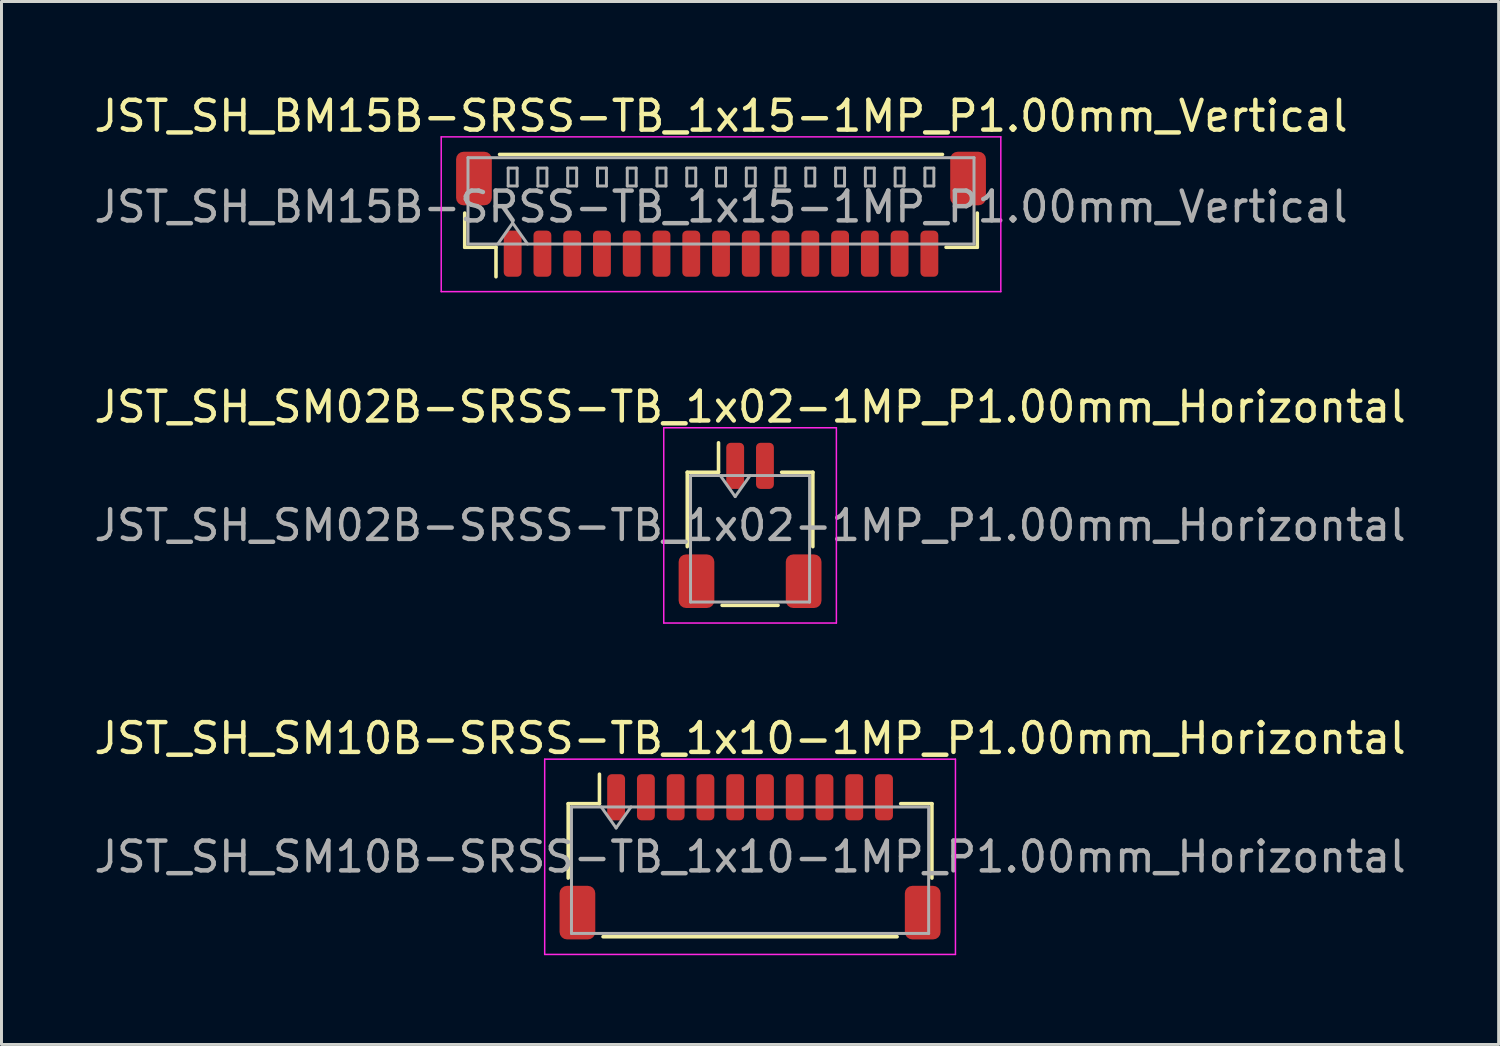
<source format=kicad_pcb>
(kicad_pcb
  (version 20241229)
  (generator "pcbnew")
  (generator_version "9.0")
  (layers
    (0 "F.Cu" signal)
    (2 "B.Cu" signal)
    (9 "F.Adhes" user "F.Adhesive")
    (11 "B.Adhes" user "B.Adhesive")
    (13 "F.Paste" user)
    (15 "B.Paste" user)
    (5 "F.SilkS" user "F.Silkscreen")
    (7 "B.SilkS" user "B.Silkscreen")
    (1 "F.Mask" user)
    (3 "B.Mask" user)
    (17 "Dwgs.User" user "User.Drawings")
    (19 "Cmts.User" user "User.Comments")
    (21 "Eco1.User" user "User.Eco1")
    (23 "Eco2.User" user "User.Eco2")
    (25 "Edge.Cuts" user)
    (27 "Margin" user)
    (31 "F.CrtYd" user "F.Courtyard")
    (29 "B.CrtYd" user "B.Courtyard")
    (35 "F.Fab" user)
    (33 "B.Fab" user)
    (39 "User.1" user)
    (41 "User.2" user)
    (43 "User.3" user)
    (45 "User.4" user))
  (footprint "JST_SH_SM10B-SRSS-TB_1x10-1MP_P1.00mm_Horizontal"
    (layer "F.Cu")
    (at 22.149 25.735)
    (property "Reference" "JST_SH_SM10B-SRSS-TB_1x10-1MP_P1.00mm_Horizontal" (at 0 -3.98 0) (layer "F.SilkS") (effects (font (size 1 1) (thickness 0.15))))
    (attr smd)
    (fp_line (start -6.11 -1.785) (end -5.06 -1.785) (stroke (width 0.12) (type solid)) (layer "F.SilkS"))
    (fp_line (start -6.11 0.715) (end -6.11 -1.785) (stroke (width 0.12) (type solid)) (layer "F.SilkS"))
    (fp_line (start -5.06 -1.785) (end -5.06 -2.775) (stroke (width 0.12) (type solid)) (layer "F.SilkS"))
    (fp_line (start -4.94 2.685) (end 4.94 2.685) (stroke (width 0.12) (type solid)) (layer "F.SilkS"))
    (fp_line (start 6.11 -1.785) (end 5.06 -1.785) (stroke (width 0.12) (type solid)) (layer "F.SilkS"))
    (fp_line (start 6.11 0.715) (end 6.11 -1.785) (stroke (width 0.12) (type solid)) (layer "F.SilkS"))
    (fp_line (start -6.9 -3.28) (end -6.9 3.28) (stroke (width 0.05) (type solid)) (layer "F.CrtYd"))
    (fp_line (start -6.9 3.28) (end 6.9 3.28) (stroke (width 0.05) (type solid)) (layer "F.CrtYd"))
    (fp_line (start 6.9 -3.28) (end -6.9 -3.28) (stroke (width 0.05) (type solid)) (layer "F.CrtYd"))
    (fp_line (start 6.9 3.28) (end 6.9 -3.28) (stroke (width 0.05) (type solid)) (layer "F.CrtYd"))
    (fp_line (start -6 -1.675) (end -6 2.575) (stroke (width 0.1) (type solid)) (layer "F.Fab"))
    (fp_line (start -6 -1.675) (end 6 -1.675) (stroke (width 0.1) (type solid)) (layer "F.Fab"))
    (fp_line (start -6 2.575) (end 6 2.575) (stroke (width 0.1) (type solid)) (layer "F.Fab"))
    (fp_line (start -5 -1.675) (end -4.5 -0.968) (stroke (width 0.1) (type solid)) (layer "F.Fab"))
    (fp_line (start -4.5 -0.968) (end -4 -1.675) (stroke (width 0.1) (type solid)) (layer "F.Fab"))
    (fp_line (start 6 -1.675) (end 6 2.575) (stroke (width 0.1) (type solid)) (layer "F.Fab"))
    (fp_text user "${REFERENCE}" (at 0 0 0) (layer "F.Fab") (effects (font (size 1 1) (thickness 0.15))))
    (pad "1" smd roundrect (at -4.5 -2) (size 0.6 1.55) (layers "F.Cu" "F.Mask" "F.Paste") (roundrect_rratio 0.25))
    (pad "2" smd roundrect (at -3.5 -2) (size 0.6 1.55) (layers "F.Cu" "F.Mask" "F.Paste") (roundrect_rratio 0.25))
    (pad "3" smd roundrect (at -2.5 -2) (size 0.6 1.55) (layers "F.Cu" "F.Mask" "F.Paste") (roundrect_rratio 0.25))
    (pad "4" smd roundrect (at -1.5 -2) (size 0.6 1.55) (layers "F.Cu" "F.Mask" "F.Paste") (roundrect_rratio 0.25))
    (pad "5" smd roundrect (at -0.5 -2) (size 0.6 1.55) (layers "F.Cu" "F.Mask" "F.Paste") (roundrect_rratio 0.25))
    (pad "6" smd roundrect (at 0.5 -2) (size 0.6 1.55) (layers "F.Cu" "F.Mask" "F.Paste") (roundrect_rratio 0.25))
    (pad "7" smd roundrect (at 1.5 -2) (size 0.6 1.55) (layers "F.Cu" "F.Mask" "F.Paste") (roundrect_rratio 0.25))
    (pad "8" smd roundrect (at 2.5 -2) (size 0.6 1.55) (layers "F.Cu" "F.Mask" "F.Paste") (roundrect_rratio 0.25))
    (pad "9" smd roundrect (at 3.5 -2) (size 0.6 1.55) (layers "F.Cu" "F.Mask" "F.Paste") (roundrect_rratio 0.25))
    (pad "10" smd roundrect (at 4.5 -2) (size 0.6 1.55) (layers "F.Cu" "F.Mask" "F.Paste") (roundrect_rratio 0.25))
    (pad "MP" smd roundrect (at -5.8 1.875) (size 1.2 1.8) (layers "F.Cu" "F.Mask" "F.Paste") (roundrect_rratio 0.208))
    (pad "MP" smd roundrect (at 5.8 1.875) (size 1.2 1.8) (layers "F.Cu" "F.Mask" "F.Paste") (roundrect_rratio 0.208)))
  (footprint "JST_SH_BM15B-SRSS-TB_1x15-1MP_P1.00mm_Vertical"
    (layer "F.Cu")
    (at 21.173 4.148)
    (property "Reference" "JST_SH_BM15B-SRSS-TB_1x15-1MP_P1.00mm_Vertical" (at 0 -3.3 0) (layer "F.SilkS") (effects (font (size 1 1) (thickness 0.15))))
    (attr smd)
    (fp_line (start -8.61 -0.04) (end -8.61 1.11) (stroke (width 0.12) (type solid)) (layer "F.SilkS"))
    (fp_line (start -8.61 1.11) (end -7.56 1.11) (stroke (width 0.12) (type solid)) (layer "F.SilkS"))
    (fp_line (start -7.56 1.11) (end -7.56 2.1) (stroke (width 0.12) (type solid)) (layer "F.SilkS"))
    (fp_line (start -7.44 -2.01) (end 7.44 -2.01) (stroke (width 0.12) (type solid)) (layer "F.SilkS"))
    (fp_line (start 8.61 -0.04) (end 8.61 1.11) (stroke (width 0.12) (type solid)) (layer "F.SilkS"))
    (fp_line (start 8.61 1.11) (end 7.56 1.11) (stroke (width 0.12) (type solid)) (layer "F.SilkS"))
    (fp_line (start -9.4 -2.6) (end -9.4 2.6) (stroke (width 0.05) (type solid)) (layer "F.CrtYd"))
    (fp_line (start -9.4 2.6) (end 9.4 2.6) (stroke (width 0.05) (type solid)) (layer "F.CrtYd"))
    (fp_line (start 9.4 -2.6) (end -9.4 -2.6) (stroke (width 0.05) (type solid)) (layer "F.CrtYd"))
    (fp_line (start 9.4 2.6) (end 9.4 -2.6) (stroke (width 0.05) (type solid)) (layer "F.CrtYd"))
    (fp_line (start -8.5 -1.9) (end 8.5 -1.9) (stroke (width 0.1) (type solid)) (layer "F.Fab"))
    (fp_line (start -8.5 1) (end -8.5 -1.9) (stroke (width 0.1) (type solid)) (layer "F.Fab"))
    (fp_line (start -8.5 1) (end 8.5 1) (stroke (width 0.1) (type solid)) (layer "F.Fab"))
    (fp_line (start -7.5 1) (end -7 0.293) (stroke (width 0.1) (type solid)) (layer "F.Fab"))
    (fp_line (start -7.15 -1.55) (end -7.15 -0.95) (stroke (width 0.1) (type solid)) (layer "F.Fab"))
    (fp_line (start -7.15 -0.95) (end -6.85 -0.95) (stroke (width 0.1) (type solid)) (layer "F.Fab"))
    (fp_line (start -7 0.293) (end -6.5 1) (stroke (width 0.1) (type solid)) (layer "F.Fab"))
    (fp_line (start -6.85 -1.55) (end -7.15 -1.55) (stroke (width 0.1) (type solid)) (layer "F.Fab"))
    (fp_line (start -6.85 -0.95) (end -6.85 -1.55) (stroke (width 0.1) (type solid)) (layer "F.Fab"))
    (fp_line (start -6.15 -1.55) (end -6.15 -0.95) (stroke (width 0.1) (type solid)) (layer "F.Fab"))
    (fp_line (start -6.15 -0.95) (end -5.85 -0.95) (stroke (width 0.1) (type solid)) (layer "F.Fab"))
    (fp_line (start -5.85 -1.55) (end -6.15 -1.55) (stroke (width 0.1) (type solid)) (layer "F.Fab"))
    (fp_line (start -5.85 -0.95) (end -5.85 -1.55) (stroke (width 0.1) (type solid)) (layer "F.Fab"))
    (fp_line (start -5.15 -1.55) (end -5.15 -0.95) (stroke (width 0.1) (type solid)) (layer "F.Fab"))
    (fp_line (start -5.15 -0.95) (end -4.85 -0.95) (stroke (width 0.1) (type solid)) (layer "F.Fab"))
    (fp_line (start -4.85 -1.55) (end -5.15 -1.55) (stroke (width 0.1) (type solid)) (layer "F.Fab"))
    (fp_line (start -4.85 -0.95) (end -4.85 -1.55) (stroke (width 0.1) (type solid)) (layer "F.Fab"))
    (fp_line (start -4.15 -1.55) (end -4.15 -0.95) (stroke (width 0.1) (type solid)) (layer "F.Fab"))
    (fp_line (start -4.15 -0.95) (end -3.85 -0.95) (stroke (width 0.1) (type solid)) (layer "F.Fab"))
    (fp_line (start -3.85 -1.55) (end -4.15 -1.55) (stroke (width 0.1) (type solid)) (layer "F.Fab"))
    (fp_line (start -3.85 -0.95) (end -3.85 -1.55) (stroke (width 0.1) (type solid)) (layer "F.Fab"))
    (fp_line (start -3.15 -1.55) (end -3.15 -0.95) (stroke (width 0.1) (type solid)) (layer "F.Fab"))
    (fp_line (start -3.15 -0.95) (end -2.85 -0.95) (stroke (width 0.1) (type solid)) (layer "F.Fab"))
    (fp_line (start -2.85 -1.55) (end -3.15 -1.55) (stroke (width 0.1) (type solid)) (layer "F.Fab"))
    (fp_line (start -2.85 -0.95) (end -2.85 -1.55) (stroke (width 0.1) (type solid)) (layer "F.Fab"))
    (fp_line (start -2.15 -1.55) (end -2.15 -0.95) (stroke (width 0.1) (type solid)) (layer "F.Fab"))
    (fp_line (start -2.15 -0.95) (end -1.85 -0.95) (stroke (width 0.1) (type solid)) (layer "F.Fab"))
    (fp_line (start -1.85 -1.55) (end -2.15 -1.55) (stroke (width 0.1) (type solid)) (layer "F.Fab"))
    (fp_line (start -1.85 -0.95) (end -1.85 -1.55) (stroke (width 0.1) (type solid)) (layer "F.Fab"))
    (fp_line (start -1.15 -1.55) (end -1.15 -0.95) (stroke (width 0.1) (type solid)) (layer "F.Fab"))
    (fp_line (start -1.15 -0.95) (end -0.85 -0.95) (stroke (width 0.1) (type solid)) (layer "F.Fab"))
    (fp_line (start -0.85 -1.55) (end -1.15 -1.55) (stroke (width 0.1) (type solid)) (layer "F.Fab"))
    (fp_line (start -0.85 -0.95) (end -0.85 -1.55) (stroke (width 0.1) (type solid)) (layer "F.Fab"))
    (fp_line (start -0.15 -1.55) (end -0.15 -0.95) (stroke (width 0.1) (type solid)) (layer "F.Fab"))
    (fp_line (start -0.15 -0.95) (end 0.15 -0.95) (stroke (width 0.1) (type solid)) (layer "F.Fab"))
    (fp_line (start 0.15 -1.55) (end -0.15 -1.55) (stroke (width 0.1) (type solid)) (layer "F.Fab"))
    (fp_line (start 0.15 -0.95) (end 0.15 -1.55) (stroke (width 0.1) (type solid)) (layer "F.Fab"))
    (fp_line (start 0.85 -1.55) (end 0.85 -0.95) (stroke (width 0.1) (type solid)) (layer "F.Fab"))
    (fp_line (start 0.85 -0.95) (end 1.15 -0.95) (stroke (width 0.1) (type solid)) (layer "F.Fab"))
    (fp_line (start 1.15 -1.55) (end 0.85 -1.55) (stroke (width 0.1) (type solid)) (layer "F.Fab"))
    (fp_line (start 1.15 -0.95) (end 1.15 -1.55) (stroke (width 0.1) (type solid)) (layer "F.Fab"))
    (fp_line (start 1.85 -1.55) (end 1.85 -0.95) (stroke (width 0.1) (type solid)) (layer "F.Fab"))
    (fp_line (start 1.85 -0.95) (end 2.15 -0.95) (stroke (width 0.1) (type solid)) (layer "F.Fab"))
    (fp_line (start 2.15 -1.55) (end 1.85 -1.55) (stroke (width 0.1) (type solid)) (layer "F.Fab"))
    (fp_line (start 2.15 -0.95) (end 2.15 -1.55) (stroke (width 0.1) (type solid)) (layer "F.Fab"))
    (fp_line (start 2.85 -1.55) (end 2.85 -0.95) (stroke (width 0.1) (type solid)) (layer "F.Fab"))
    (fp_line (start 2.85 -0.95) (end 3.15 -0.95) (stroke (width 0.1) (type solid)) (layer "F.Fab"))
    (fp_line (start 3.15 -1.55) (end 2.85 -1.55) (stroke (width 0.1) (type solid)) (layer "F.Fab"))
    (fp_line (start 3.15 -0.95) (end 3.15 -1.55) (stroke (width 0.1) (type solid)) (layer "F.Fab"))
    (fp_line (start 3.85 -1.55) (end 3.85 -0.95) (stroke (width 0.1) (type solid)) (layer "F.Fab"))
    (fp_line (start 3.85 -0.95) (end 4.15 -0.95) (stroke (width 0.1) (type solid)) (layer "F.Fab"))
    (fp_line (start 4.15 -1.55) (end 3.85 -1.55) (stroke (width 0.1) (type solid)) (layer "F.Fab"))
    (fp_line (start 4.15 -0.95) (end 4.15 -1.55) (stroke (width 0.1) (type solid)) (layer "F.Fab"))
    (fp_line (start 4.85 -1.55) (end 4.85 -0.95) (stroke (width 0.1) (type solid)) (layer "F.Fab"))
    (fp_line (start 4.85 -0.95) (end 5.15 -0.95) (stroke (width 0.1) (type solid)) (layer "F.Fab"))
    (fp_line (start 5.15 -1.55) (end 4.85 -1.55) (stroke (width 0.1) (type solid)) (layer "F.Fab"))
    (fp_line (start 5.15 -0.95) (end 5.15 -1.55) (stroke (width 0.1) (type solid)) (layer "F.Fab"))
    (fp_line (start 5.85 -1.55) (end 5.85 -0.95) (stroke (width 0.1) (type solid)) (layer "F.Fab"))
    (fp_line (start 5.85 -0.95) (end 6.15 -0.95) (stroke (width 0.1) (type solid)) (layer "F.Fab"))
    (fp_line (start 6.15 -1.55) (end 5.85 -1.55) (stroke (width 0.1) (type solid)) (layer "F.Fab"))
    (fp_line (start 6.15 -0.95) (end 6.15 -1.55) (stroke (width 0.1) (type solid)) (layer "F.Fab"))
    (fp_line (start 6.85 -1.55) (end 6.85 -0.95) (stroke (width 0.1) (type solid)) (layer "F.Fab"))
    (fp_line (start 6.85 -0.95) (end 7.15 -0.95) (stroke (width 0.1) (type solid)) (layer "F.Fab"))
    (fp_line (start 7.15 -1.55) (end 6.85 -1.55) (stroke (width 0.1) (type solid)) (layer "F.Fab"))
    (fp_line (start 7.15 -0.95) (end 7.15 -1.55) (stroke (width 0.1) (type solid)) (layer "F.Fab"))
    (fp_line (start 8.5 1) (end 8.5 -1.9) (stroke (width 0.1) (type solid)) (layer "F.Fab"))
    (fp_text user "${REFERENCE}" (at 0 -0.25 0) (layer "F.Fab") (effects (font (size 1 1) (thickness 0.15))))
    (pad "1" smd roundrect (at -7 1.325) (size 0.6 1.55) (layers "F.Cu" "F.Mask" "F.Paste") (roundrect_rratio 0.25))
    (pad "2" smd roundrect (at -6 1.325) (size 0.6 1.55) (layers "F.Cu" "F.Mask" "F.Paste") (roundrect_rratio 0.25))
    (pad "3" smd roundrect (at -5 1.325) (size 0.6 1.55) (layers "F.Cu" "F.Mask" "F.Paste") (roundrect_rratio 0.25))
    (pad "4" smd roundrect (at -4 1.325) (size 0.6 1.55) (layers "F.Cu" "F.Mask" "F.Paste") (roundrect_rratio 0.25))
    (pad "5" smd roundrect (at -3 1.325) (size 0.6 1.55) (layers "F.Cu" "F.Mask" "F.Paste") (roundrect_rratio 0.25))
    (pad "6" smd roundrect (at -2 1.325) (size 0.6 1.55) (layers "F.Cu" "F.Mask" "F.Paste") (roundrect_rratio 0.25))
    (pad "7" smd roundrect (at -1 1.325) (size 0.6 1.55) (layers "F.Cu" "F.Mask" "F.Paste") (roundrect_rratio 0.25))
    (pad "8" smd roundrect (at 0 1.325) (size 0.6 1.55) (layers "F.Cu" "F.Mask" "F.Paste") (roundrect_rratio 0.25))
    (pad "9" smd roundrect (at 1 1.325) (size 0.6 1.55) (layers "F.Cu" "F.Mask" "F.Paste") (roundrect_rratio 0.25))
    (pad "10" smd roundrect (at 2 1.325) (size 0.6 1.55) (layers "F.Cu" "F.Mask" "F.Paste") (roundrect_rratio 0.25))
    (pad "11" smd roundrect (at 3 1.325) (size 0.6 1.55) (layers "F.Cu" "F.Mask" "F.Paste") (roundrect_rratio 0.25))
    (pad "12" smd roundrect (at 4 1.325) (size 0.6 1.55) (layers "F.Cu" "F.Mask" "F.Paste") (roundrect_rratio 0.25))
    (pad "13" smd roundrect (at 5 1.325) (size 0.6 1.55) (layers "F.Cu" "F.Mask" "F.Paste") (roundrect_rratio 0.25))
    (pad "14" smd roundrect (at 6 1.325) (size 0.6 1.55) (layers "F.Cu" "F.Mask" "F.Paste") (roundrect_rratio 0.25))
    (pad "15" smd roundrect (at 7 1.325) (size 0.6 1.55) (layers "F.Cu" "F.Mask" "F.Paste") (roundrect_rratio 0.25))
    (pad "MP" smd roundrect (at -8.3 -1.2) (size 1.2 1.8) (layers "F.Cu" "F.Mask" "F.Paste") (roundrect_rratio 0.208))
    (pad "MP" smd roundrect (at 8.3 -1.2) (size 1.2 1.8) (layers "F.Cu" "F.Mask" "F.Paste") (roundrect_rratio 0.208)))
  (footprint "JST_SH_SM02B-SRSS-TB_1x02-1MP_P1.00mm_Horizontal"
    (layer "F.Cu")
    (at 22.149 14.601)
    (property "Reference" "JST_SH_SM02B-SRSS-TB_1x02-1MP_P1.00mm_Horizontal" (at 0 -3.98 0) (layer "F.SilkS") (effects (font (size 1 1) (thickness 0.15))))
    (attr smd)
    (fp_line (start -2.11 -1.785) (end -1.06 -1.785) (stroke (width 0.12) (type solid)) (layer "F.SilkS"))
    (fp_line (start -2.11 0.715) (end -2.11 -1.785) (stroke (width 0.12) (type solid)) (layer "F.SilkS"))
    (fp_line (start -1.06 -1.785) (end -1.06 -2.775) (stroke (width 0.12) (type solid)) (layer "F.SilkS"))
    (fp_line (start -0.94 2.685) (end 0.94 2.685) (stroke (width 0.12) (type solid)) (layer "F.SilkS"))
    (fp_line (start 2.11 -1.785) (end 1.06 -1.785) (stroke (width 0.12) (type solid)) (layer "F.SilkS"))
    (fp_line (start 2.11 0.715) (end 2.11 -1.785) (stroke (width 0.12) (type solid)) (layer "F.SilkS"))
    (fp_line (start -2.9 -3.28) (end -2.9 3.28) (stroke (width 0.05) (type solid)) (layer "F.CrtYd"))
    (fp_line (start -2.9 3.28) (end 2.9 3.28) (stroke (width 0.05) (type solid)) (layer "F.CrtYd"))
    (fp_line (start 2.9 -3.28) (end -2.9 -3.28) (stroke (width 0.05) (type solid)) (layer "F.CrtYd"))
    (fp_line (start 2.9 3.28) (end 2.9 -3.28) (stroke (width 0.05) (type solid)) (layer "F.CrtYd"))
    (fp_line (start -2 -1.675) (end -2 2.575) (stroke (width 0.1) (type solid)) (layer "F.Fab"))
    (fp_line (start -2 -1.675) (end 2 -1.675) (stroke (width 0.1) (type solid)) (layer "F.Fab"))
    (fp_line (start -2 2.575) (end 2 2.575) (stroke (width 0.1) (type solid)) (layer "F.Fab"))
    (fp_line (start -1 -1.675) (end -0.5 -0.968) (stroke (width 0.1) (type solid)) (layer "F.Fab"))
    (fp_line (start -0.5 -0.968) (end 0 -1.675) (stroke (width 0.1) (type solid)) (layer "F.Fab"))
    (fp_line (start 2 -1.675) (end 2 2.575) (stroke (width 0.1) (type solid)) (layer "F.Fab"))
    (fp_text user "${REFERENCE}" (at 0 0 0) (layer "F.Fab") (effects (font (size 1 1) (thickness 0.15))))
    (pad "1" smd roundrect (at -0.5 -2) (size 0.6 1.55) (layers "F.Cu" "F.Mask" "F.Paste") (roundrect_rratio 0.25))
    (pad "2" smd roundrect (at 0.5 -2) (size 0.6 1.55) (layers "F.Cu" "F.Mask" "F.Paste") (roundrect_rratio 0.25))
    (pad "MP" smd roundrect (at -1.8 1.875) (size 1.2 1.8) (layers "F.Cu" "F.Mask" "F.Paste") (roundrect_rratio 0.208))
    (pad "MP" smd roundrect (at 1.8 1.875) (size 1.2 1.8) (layers "F.Cu" "F.Mask" "F.Paste") (roundrect_rratio 0.208)))
  (gr_rect
    (start -3 -3)
    (end 47.298 32.04)
    (stroke (width 0.1) (type default))
    (fill no)
    (layer "Edge.Cuts")))
</source>
